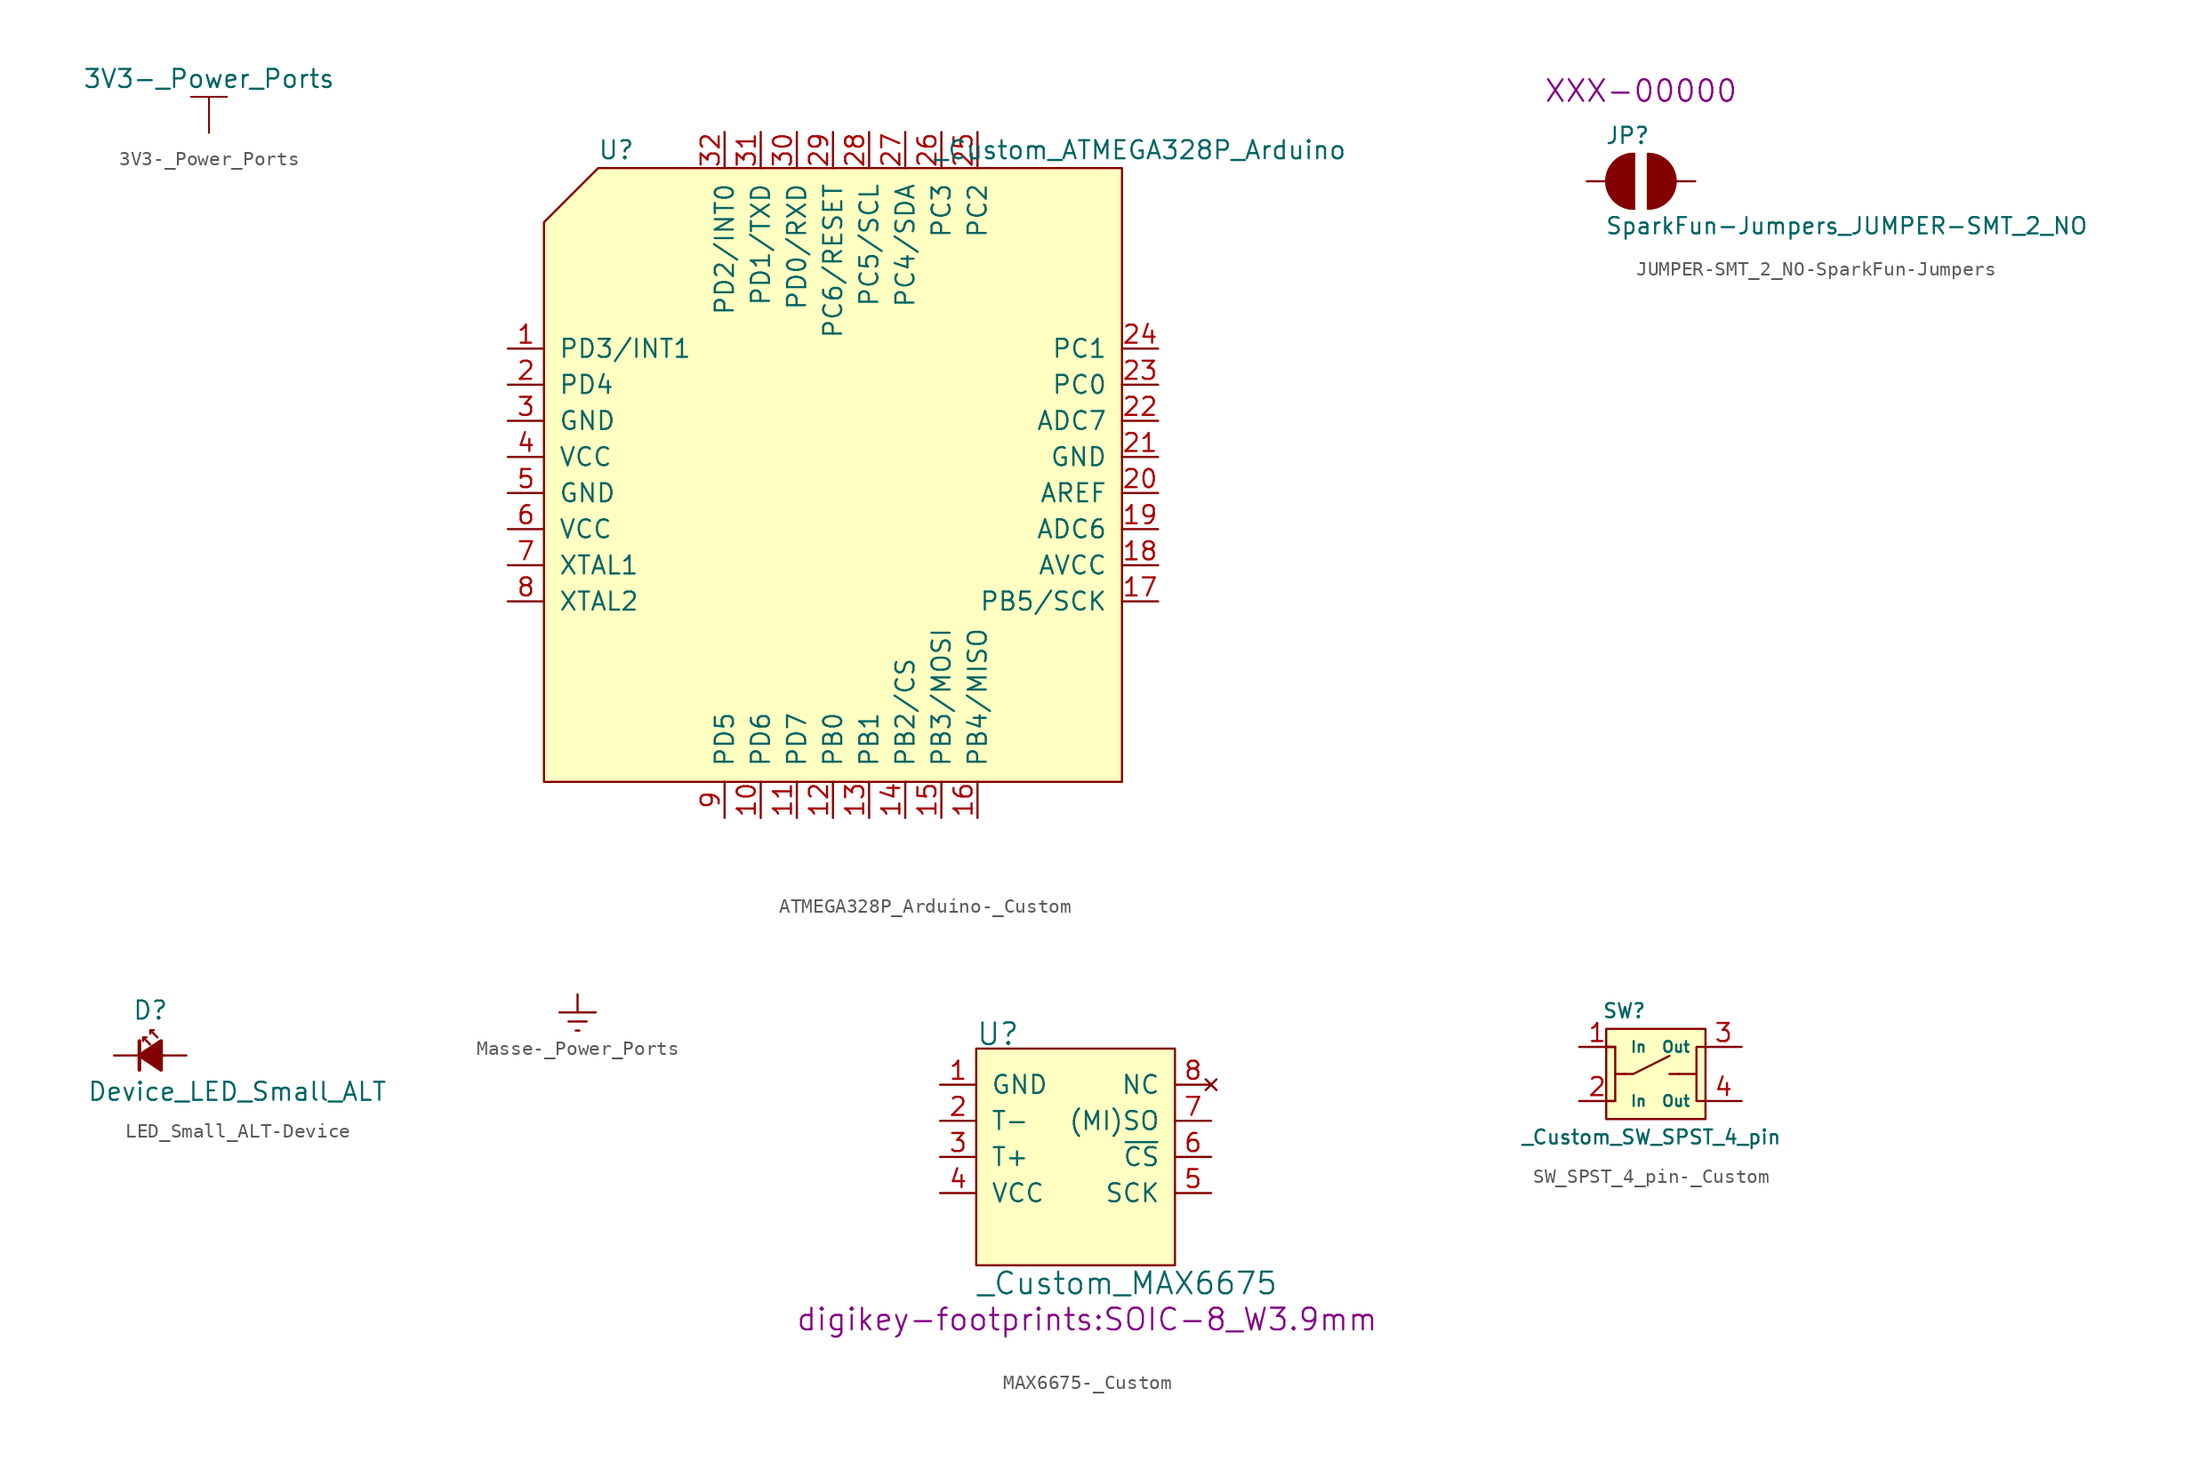
<source format=kicad_sym>
(kicad_symbol_lib
  (version 20220914)
  (generator kicad_symbol_editor)
  (symbol "3V3-_Power_Ports"
    (power)
    (pin_numbers hide)
    (pin_names
      (offset 0))
    (property "Reference" "#PWR"
      (at 1.27 0 90)
      (effects (font (size 1.27 1.27)) hide))
    (property "Value" "3V3-_Power_Ports"
      (at 0 3.81 0)
      (effects (font (size 1.27 1.27))))
    (symbol "3V3-_Power_Ports_0_1"
      (polyline (pts (xy 0 0) (xy 0 2.54)) (stroke (width 0.127) (type solid)) (fill (type outline)))
      (polyline (pts (xy -1.27 2.54) (xy 0 2.54) (xy 1.27 2.54)) (stroke (width 0.127) (type solid)) (fill (type none))))
    (symbol "3V3-_Power_Ports_1_1"
      (pin power_in line (at 0 0 90) (length 0) hide (name "3V3" (effects (font (size 1.27 1.27)))) (number "1" (effects (font (size 1.27 1.27)))))))
  (symbol "ATMEGA328P_Arduino-_Custom"
    (pin_names
      (offset 1.016))
    (property "Reference" "U"
      (at -7.62 21.59 0)
      (effects (font (size 1.27 1.27))))
    (property "Value" "_Custom_ATMEGA328P_Arduino"
      (at 29.21 21.59 0)
      (effects (font (size 1.27 1.27))))
    (symbol "ATMEGA328P_Arduino-_Custom_0_1"
      (polyline (pts (xy -12.7 -22.86) (xy 27.94 -22.86) (xy 27.94 20.32) (xy -8.89 20.32) (xy -12.7 16.51) (xy -12.7 -22.86)) (stroke (width 0) (type solid)) (fill (type background))))
    (symbol "ATMEGA328P_Arduino-_Custom_1_1"
      (pin bidirectional line (at -15.24 7.62 0) (length 2.54) (name "PD3/INT1" (effects (font (size 1.27 1.27)))) (number "1" (effects (font (size 1.27 1.27)))))
      (pin bidirectional line (at 2.54 -25.4 90) (length 2.54) (name "PD6" (effects (font (size 1.27 1.27)))) (number "10" (effects (font (size 1.27 1.27)))))
      (pin bidirectional line (at 5.08 -25.4 90) (length 2.54) (name "PD7" (effects (font (size 1.27 1.27)))) (number "11" (effects (font (size 1.27 1.27)))))
      (pin bidirectional line (at 7.62 -25.4 90) (length 2.54) (name "PB0" (effects (font (size 1.27 1.27)))) (number "12" (effects (font (size 1.27 1.27)))))
      (pin bidirectional line (at 10.16 -25.4 90) (length 2.54) (name "PB1" (effects (font (size 1.27 1.27)))) (number "13" (effects (font (size 1.27 1.27)))))
      (pin bidirectional line (at 12.7 -25.4 90) (length 2.54) (name "PB2/CS" (effects (font (size 1.27 1.27)))) (number "14" (effects (font (size 1.27 1.27)))))
      (pin bidirectional line (at 15.24 -25.4 90) (length 2.54) (name "PB3/MOSI" (effects (font (size 1.27 1.27)))) (number "15" (effects (font (size 1.27 1.27)))))
      (pin bidirectional line (at 17.78 -25.4 90) (length 2.54) (name "PB4/MISO" (effects (font (size 1.27 1.27)))) (number "16" (effects (font (size 1.27 1.27)))))
      (pin bidirectional line (at 30.48 -10.16 180) (length 2.54) (name "PB5/SCK" (effects (font (size 1.27 1.27)))) (number "17" (effects (font (size 1.27 1.27)))))
      (pin bidirectional line (at 30.48 -7.62 180) (length 2.54) (name "AVCC" (effects (font (size 1.27 1.27)))) (number "18" (effects (font (size 1.27 1.27)))))
      (pin bidirectional line (at 30.48 -5.08 180) (length 2.54) (name "ADC6" (effects (font (size 1.27 1.27)))) (number "19" (effects (font (size 1.27 1.27)))))
      (pin bidirectional line (at -15.24 5.08 0) (length 2.54) (name "PD4" (effects (font (size 1.27 1.27)))) (number "2" (effects (font (size 1.27 1.27)))))
      (pin bidirectional line (at 30.48 -2.54 180) (length 2.54) (name "AREF" (effects (font (size 1.27 1.27)))) (number "20" (effects (font (size 1.27 1.27)))))
      (pin bidirectional line (at 30.48 0 180) (length 2.54) (name "GND" (effects (font (size 1.27 1.27)))) (number "21" (effects (font (size 1.27 1.27)))))
      (pin bidirectional line (at 30.48 2.54 180) (length 2.54) (name "ADC7" (effects (font (size 1.27 1.27)))) (number "22" (effects (font (size 1.27 1.27)))))
      (pin bidirectional line (at 30.48 5.08 180) (length 2.54) (name "PC0" (effects (font (size 1.27 1.27)))) (number "23" (effects (font (size 1.27 1.27)))))
      (pin bidirectional line (at 30.48 7.62 180) (length 2.54) (name "PC1" (effects (font (size 1.27 1.27)))) (number "24" (effects (font (size 1.27 1.27)))))
      (pin bidirectional line (at 17.78 22.86 270) (length 2.54) (name "PC2" (effects (font (size 1.27 1.27)))) (number "25" (effects (font (size 1.27 1.27)))))
      (pin bidirectional line (at 15.24 22.86 270) (length 2.54) (name "PC3" (effects (font (size 1.27 1.27)))) (number "26" (effects (font (size 1.27 1.27)))))
      (pin bidirectional line (at 12.7 22.86 270) (length 2.54) (name "PC4/SDA" (effects (font (size 1.27 1.27)))) (number "27" (effects (font (size 1.27 1.27)))))
      (pin bidirectional line (at 10.16 22.86 270) (length 2.54) (name "PC5/SCL" (effects (font (size 1.27 1.27)))) (number "28" (effects (font (size 1.27 1.27)))))
      (pin bidirectional line (at 7.62 22.86 270) (length 2.54) (name "PC6/RESET" (effects (font (size 1.27 1.27)))) (number "29" (effects (font (size 1.27 1.27)))))
      (pin bidirectional line (at -15.24 2.54 0) (length 2.54) (name "GND" (effects (font (size 1.27 1.27)))) (number "3" (effects (font (size 1.27 1.27)))))
      (pin bidirectional line (at 5.08 22.86 270) (length 2.54) (name "PD0/RXD" (effects (font (size 1.27 1.27)))) (number "30" (effects (font (size 1.27 1.27)))))
      (pin bidirectional line (at 2.54 22.86 270) (length 2.54) (name "PD1/TXD" (effects (font (size 1.27 1.27)))) (number "31" (effects (font (size 1.27 1.27)))))
      (pin bidirectional line (at 0 22.86 270) (length 2.54) (name "PD2/INT0" (effects (font (size 1.27 1.27)))) (number "32" (effects (font (size 1.27 1.27)))))
      (pin bidirectional line (at -15.24 0 0) (length 2.54) (name "VCC" (effects (font (size 1.27 1.27)))) (number "4" (effects (font (size 1.27 1.27)))))
      (pin bidirectional line (at -15.24 -2.54 0) (length 2.54) (name "GND" (effects (font (size 1.27 1.27)))) (number "5" (effects (font (size 1.27 1.27)))))
      (pin bidirectional line (at -15.24 -5.08 0) (length 2.54) (name "VCC" (effects (font (size 1.27 1.27)))) (number "6" (effects (font (size 1.27 1.27)))))
      (pin bidirectional line (at -15.24 -7.62 0) (length 2.54) (name "XTAL1" (effects (font (size 1.27 1.27)))) (number "7" (effects (font (size 1.27 1.27)))))
      (pin bidirectional line (at -15.24 -10.16 0) (length 2.54) (name "XTAL2" (effects (font (size 1.27 1.27)))) (number "8" (effects (font (size 1.27 1.27)))))
      (pin bidirectional line (at 0 -25.4 90) (length 2.54) (name "PD5" (effects (font (size 1.27 1.27)))) (number "9" (effects (font (size 1.27 1.27)))))))
  (symbol "JUMPER-SMT_2_NO-SparkFun-Jumpers"
    (pin_numbers hide)
    (pin_names
      (offset 1.016) hide)
    (property "Reference" "JP"
      (at -2.54 2.54 0)
      (effects (font (size 1.143 1.143)) (justify left bottom)))
    (property "Value" "SparkFun-Jumpers_JUMPER-SMT_2_NO"
      (at -2.54 -3.81 0)
      (effects (font (size 1.143 1.143)) (justify left bottom)))
    (property "PROD_ID" "XXX-00000"
      (at 0 6.35 0)
      (effects (font (size 1.524 1.524))))
    (property "ki_locked" ""
      (at 0 0 0)
      (effects (font (size 1.27 1.27))))
    (symbol "JUMPER-SMT_2_NO-SparkFun-Jumpers_0_1"
      (arc (start -0.508 1.905) (mid -2.4047 0) (end -0.508 -1.905) (stroke (width 0.2032) (type solid)) (fill (type none)))
      (arc (start -0.508 1.905) (mid -2.4047 0) (end -0.508 -1.905) (stroke (width 0.2032) (type solid)) (fill (type outline)))
      (polyline (pts (xy -0.508 1.905) (xy -0.508 -1.905)) (stroke (width 0.203) (type solid)) (fill (type none)))
      (polyline (pts (xy 0.508 1.905) (xy 0.508 -1.905)) (stroke (width 0.203) (type solid)) (fill (type none)))
      (arc (start 0.508 -1.905) (mid 2.4047 0) (end 0.508 1.905) (stroke (width 0) (type solid)) (fill (type outline)))
      (arc (start 0.508 -1.905) (mid 2.4047 0) (end 0.508 1.905) (stroke (width 0.2032) (type solid)) (fill (type none))))
    (symbol "JUMPER-SMT_2_NO-SparkFun-Jumpers_1_1"
      (pin passive line (at -3.81 0 0) (length 2.54) (name "1" (effects (font (size 1.016 1.016)))) (number "1" (effects (font (size 1.016 1.016)))))
      (pin passive line (at 3.81 0 180) (length 2.54) (name "2" (effects (font (size 1.016 1.016)))) (number "2" (effects (font (size 1.016 1.016)))))))
  (symbol "LED_Small_ALT-Device"
    (pin_numbers hide)
    (pin_names
      (offset 0.254) hide)
    (property "Reference" "D"
      (at -1.27 3.175 0)
      (effects (font (size 1.27 1.27)) (justify left)))
    (property "Value" "Device_LED_Small_ALT"
      (at -4.445 -2.54 0)
      (effects (font (size 1.27 1.27)) (justify left)))
    (symbol "LED_Small_ALT-Device_0_1"
      (polyline (pts (xy -0.762 -1.016) (xy -0.762 1.016)) (stroke (width 0.254) (type solid)) (fill (type none)))
      (polyline (pts (xy 1.016 0) (xy -0.762 0)) (stroke (width 0) (type solid)) (fill (type none)))
      (polyline (pts (xy 0.762 -1.016) (xy -0.762 0) (xy 0.762 1.016) (xy 0.762 -1.016)) (stroke (width 0.254) (type solid)) (fill (type outline)))
      (polyline (pts (xy 0 0.762) (xy -0.508 1.27) (xy -0.254 1.27) (xy -0.508 1.27) (xy -0.508 1.016)) (stroke (width 0) (type solid)) (fill (type none)))
      (polyline (pts (xy 0.508 1.27) (xy 0 1.778) (xy 0.254 1.778) (xy 0 1.778) (xy 0 1.524)) (stroke (width 0) (type solid)) (fill (type none))))
    (symbol "LED_Small_ALT-Device_1_1"
      (pin passive line (at -2.54 0 0) (length 1.778) (name "K" (effects (font (size 1.27 1.27)))) (number "1" (effects (font (size 1.27 1.27)))))
      (pin passive line (at 2.54 0 180) (length 1.778) (name "A" (effects (font (size 1.27 1.27)))) (number "2" (effects (font (size 1.27 1.27)))))))
  (symbol "Masse-_Power_Ports"
    (power)
    (pin_names
      (offset 0))
    (property "Reference" "#PWR"
      (at 0 -6.35 0)
      (effects (font (size 1.27 1.27)) hide))
    (symbol "Masse-_Power_Ports_0_1"
      (polyline (pts (xy -0.635 -1.905) (xy 0.635 -1.905)) (stroke (width 0) (type solid)) (fill (type none)))
      (polyline (pts (xy -0.127 -2.54) (xy 0.127 -2.54)) (stroke (width 0) (type solid)) (fill (type none)))
      (polyline (pts (xy 0 -1.27) (xy 0 0)) (stroke (width 0) (type solid)) (fill (type none)))
      (polyline (pts (xy 1.27 -1.27) (xy -1.27 -1.27)) (stroke (width 0) (type solid)) (fill (type none))))
    (symbol "Masse-_Power_Ports_1_1"
      (pin power_in line (at 0 0 270) (length 0) hide (name "Masse" (effects (font (size 1.27 1.27)))) (number "1" (effects (font (size 1.27 1.27)))))))
  (symbol "MAX6675-_Custom"
    (pin_names
      (offset 1.016))
    (property "Reference" "U"
      (at -5.105 1.016 0)
      (effects (font (size 1.524 1.524)) (justify left)))
    (property "Value" "_Custom_MAX6675"
      (at -5.08 -16.51 0)
      (effects (font (size 1.524 1.524)) (justify left)))
    (property "Footprint" "digikey-footprints:SOIC-8_W3.9mm"
      (at -17.78 -19.05 0)
      (effects (font (size 1.524 1.524)) (justify left)))
    (symbol "MAX6675-_Custom_0_1"
      (polyline (pts (xy -5.08 0) (xy -5.08 -15.24) (xy 8.89 -15.24) (xy 8.89 0) (xy -5.08 0)) (stroke (width 0) (type solid)) (fill (type background))))
    (symbol "MAX6675-_Custom_1_1"
      (pin power_in line (at -7.62 -2.54 0) (length 2.54) (name "GND" (effects (font (size 1.27 1.27)))) (number "1" (effects (font (size 1.27 1.27)))))
      (pin input line (at -7.62 -5.08 0) (length 2.54) (name "T-" (effects (font (size 1.27 1.27)))) (number "2" (effects (font (size 1.27 1.27)))))
      (pin input line (at -7.62 -7.62 0) (length 2.54) (name "T+" (effects (font (size 1.27 1.27)))) (number "3" (effects (font (size 1.27 1.27)))))
      (pin power_in line (at -7.62 -10.16 0) (length 2.54) (name "VCC" (effects (font (size 1.27 1.27)))) (number "4" (effects (font (size 1.27 1.27)))))
      (pin input line (at 11.43 -10.16 180) (length 2.54) (name "SCK" (effects (font (size 1.27 1.27)))) (number "5" (effects (font (size 1.27 1.27)))))
      (pin input line (at 11.43 -7.62 180) (length 2.54) (name "~{CS}" (effects (font (size 1.27 1.27)))) (number "6" (effects (font (size 1.27 1.27)))))
      (pin output line (at 11.43 -5.08 180) (length 2.54) (name "(MI)SO" (effects (font (size 1.27 1.27)))) (number "7" (effects (font (size 1.27 1.27)))))
      (pin no_connect line (at 11.43 -2.54 180) (length 2.54) (name "NC" (effects (font (size 1.27 1.27)))) (number "8" (effects (font (size 1.27 1.27)))))))
  (symbol "SW_SPST_4_pin-_Custom"
    (pin_names
      (offset 1.016))
    (property "Reference" "SW"
      (at -1.905 8.89 0)
      (effects (font (size 0.991 0.991))))
    (property "Value" "_Custom_SW_SPST_4_pin"
      (at 0 0 0)
      (effects (font (size 0.991 0.991))))
    (symbol "SW_SPST_4_pin-_Custom_0_1"
      (rectangle (start -3.175 7.62) (end 3.81 1.27) (stroke (width 0) (type solid)) (fill (type background)))
      (polyline (pts (xy -1.905 4.445) (xy -2.54 4.445)) (stroke (width 0) (type solid)) (fill (type none)))
      (polyline (pts (xy 1.905 4.445) (xy 1.27 4.445)) (stroke (width 0) (type solid)) (fill (type none)))
      (polyline (pts (xy 1.905 4.445) (xy 3.175 4.445)) (stroke (width 0) (type solid)) (fill (type none)))
      (polyline (pts (xy -2.54 4.445) (xy -2.54 6.35) (xy -3.175 6.35)) (stroke (width 0) (type solid)) (fill (type none)))
      (polyline (pts (xy -1.905 4.445) (xy -1.27 4.445) (xy 1.27 5.715)) (stroke (width 0) (type solid)) (fill (type none)))
      (polyline (pts (xy 3.175 4.445) (xy 3.175 2.54) (xy 3.81 2.54)) (stroke (width 0) (type solid)) (fill (type none)))
      (polyline (pts (xy 3.175 4.445) (xy 3.175 6.35) (xy 3.81 6.35)) (stroke (width 0) (type solid)) (fill (type none)))
      (polyline (pts (xy -2.54 4.445) (xy -2.54 2.54) (xy -3.175 2.54) (xy -2.54 2.54)) (stroke (width 0) (type solid)) (fill (type none))))
    (symbol "SW_SPST_4_pin-_Custom_1_1"
      (pin bidirectional line (at -5.08 6.35 0) (length 2.54) (name "In" (effects (font (size 0.762 0.762)))) (number "1" (effects (font (size 1.27 1.27)))))
      (pin bidirectional line (at -5.08 2.54 0) (length 2.54) (name "In" (effects (font (size 0.762 0.762)))) (number "2" (effects (font (size 1.27 1.27)))))
      (pin bidirectional line (at 6.35 6.35 180) (length 2.54) (name "Out" (effects (font (size 0.762 0.762)))) (number "3" (effects (font (size 1.27 1.27)))))
      (pin bidirectional line (at 6.35 2.54 180) (length 2.54) (name "Out" (effects (font (size 0.762 0.762)))) (number "4" (effects (font (size 1.27 1.27))))))))
</source>
